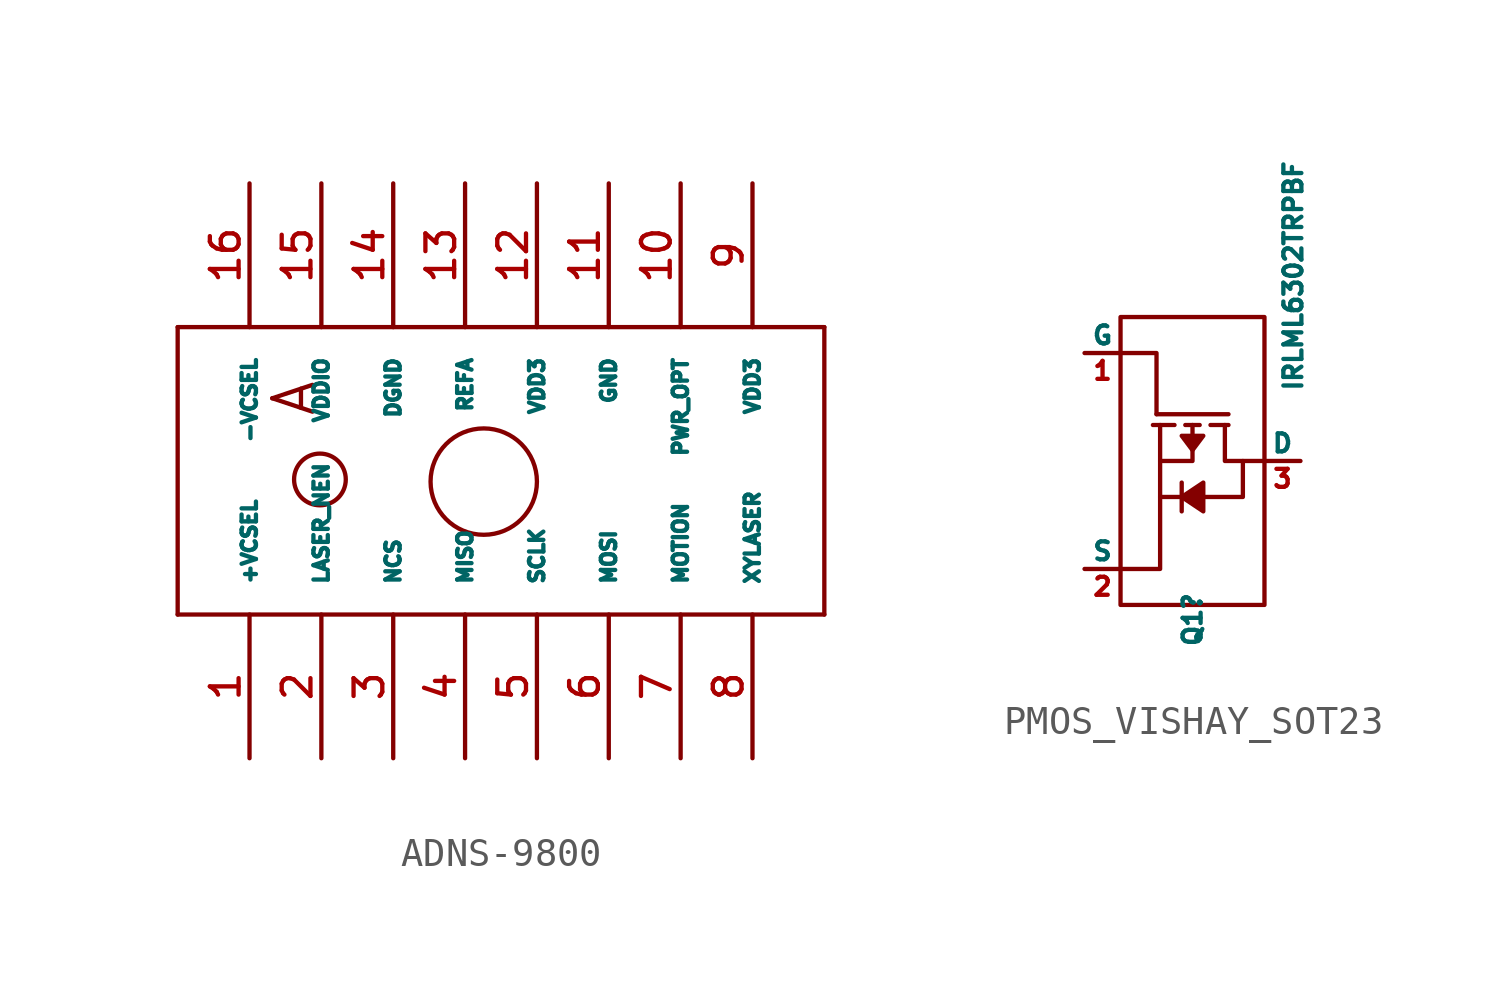
<source format=kicad_sym>
(kicad_symbol_lib
  (version 20231120)
  (generator "kicad_symbol_editor")
  (generator_version "8.0")
  (symbol "ADNS-9800"
    (pin_names
      (offset 1.016))
    (property "Reference" "M1"
      (at 0 0 0)
      (effects (font (size 1.143 1.143)) (hide yes)))
    (property "ki_locked" ""
      (at 0 0 0)
      (effects (font (size 1.27 1.27))))
    (symbol "ADNS-9800_1_0"
      (polyline (pts (xy -2.54 0) (xy -2.54 10.16)) (stroke (width 0) (type solid)) (fill (type none)))
      (polyline (pts (xy -2.54 10.16) (xy 20.32 10.16)) (stroke (width 0) (type solid)) (fill (type none)))
      (polyline (pts (xy 20.32 0) (xy -2.54 0)) (stroke (width 0) (type solid)) (fill (type none)))
      (polyline (pts (xy 20.32 10.16) (xy 20.32 0)) (stroke (width 0) (type solid)) (fill (type none)))
      (text "A" (at 1.575 7.645 900) (effects (font (size 1.422 1.422)))))
    (symbol "ADNS-9800_1_1"
      (circle (center 2.489 4.775) (radius 0.914) (stroke (width 0) (type solid)) (fill (type none)))
      (circle (center 8.28 4.699) (radius 1.88) (stroke (width 0) (type solid)) (fill (type none)))
      (pin power_in line (at 0 -5.08 90) (length 5.08) (name "+VCSEL" (effects (font (size 0.508 0.508)))) (number "1" (effects (font (size 1.016 1.016)))))
      (pin input line (at 15.24 15.24 270) (length 5.08) (name "PWR_OPT" (effects (font (size 0.508 0.508)))) (number "10" (effects (font (size 1.016 1.016)))))
      (pin power_in line (at 12.7 15.24 270) (length 5.08) (name "GND" (effects (font (size 0.508 0.508)))) (number "11" (effects (font (size 1.016 1.016)))))
      (pin power_in line (at 10.16 15.24 270) (length 5.08) (name "VDD3" (effects (font (size 0.508 0.508)))) (number "12" (effects (font (size 1.016 1.016)))))
      (pin power_out line (at 7.62 15.24 270) (length 5.08) (name "REFA" (effects (font (size 0.508 0.508)))) (number "13" (effects (font (size 1.016 1.016)))))
      (pin power_in line (at 5.08 15.24 270) (length 5.08) (name "DGND" (effects (font (size 0.508 0.508)))) (number "14" (effects (font (size 1.016 1.016)))))
      (pin power_in line (at 2.54 15.24 270) (length 5.08) (name "VDDIO" (effects (font (size 0.508 0.508)))) (number "15" (effects (font (size 1.016 1.016)))))
      (pin power_in line (at 0 15.24 270) (length 5.08) (name "-VCSEL" (effects (font (size 0.508 0.508)))) (number "16" (effects (font (size 1.016 1.016)))))
      (pin output line (at 2.54 -5.08 90) (length 5.08) (name "LASER_NEN" (effects (font (size 0.508 0.508)))) (number "2" (effects (font (size 1.016 1.016)))))
      (pin input line (at 5.08 -5.08 90) (length 5.08) (name "NCS" (effects (font (size 0.508 0.508)))) (number "3" (effects (font (size 1.016 1.016)))))
      (pin output line (at 7.62 -5.08 90) (length 5.08) (name "MISO" (effects (font (size 0.508 0.508)))) (number "4" (effects (font (size 1.016 1.016)))))
      (pin input line (at 10.16 -5.08 90) (length 5.08) (name "SCLK" (effects (font (size 0.508 0.508)))) (number "5" (effects (font (size 1.016 1.016)))))
      (pin input line (at 12.7 -5.08 90) (length 5.08) (name "MOSI" (effects (font (size 0.508 0.508)))) (number "6" (effects (font (size 1.016 1.016)))))
      (pin output line (at 15.24 -5.08 90) (length 5.08) (name "MOTION" (effects (font (size 0.508 0.508)))) (number "7" (effects (font (size 1.016 1.016)))))
      (pin input line (at 17.78 -5.08 90) (length 5.08) (name "XYLASER" (effects (font (size 0.508 0.508)))) (number "8" (effects (font (size 1.016 1.016)))))
      (pin power_in line (at 17.78 15.24 270) (length 5.08) (name "VDD3" (effects (font (size 0.508 0.508)))) (number "9" (effects (font (size 1.016 1.016)))))))
  (symbol "PMOS_VISHAY_SOT23"
    (pin_names
      (offset 0))
    (property "Reference" "Q1"
      (at 0 -6.604 90)
      (effects (font (size 0.635 0.635)) (justify left)))
    (property "Value" "IRLML6302TRPBF"
      (at 3.556 2.413 90)
      (effects (font (size 0.635 0.635)) (justify left)))
    (symbol "PMOS_VISHAY_SOT23_0_1"
      (rectangle (start -2.54 5.08) (end 2.54 -5.08) (stroke (width 0) (type solid)) (fill (type none)))
      (polyline (pts (xy -1.397 1.27) (xy -0.635 1.27)) (stroke (width 0) (type solid)) (fill (type none)))
      (polyline (pts (xy -1.27 1.651) (xy 1.27 1.651)) (stroke (width 0) (type solid)) (fill (type none)))
      (polyline (pts (xy -0.381 -0.762) (xy -0.381 -1.778)) (stroke (width 0) (type solid)) (fill (type none)))
      (polyline (pts (xy -0.254 1.27) (xy 0.254 1.27)) (stroke (width 0) (type solid)) (fill (type none)))
      (polyline (pts (xy 0.635 1.27) (xy 1.27 1.27)) (stroke (width 0) (type solid)) (fill (type none)))
      (polyline (pts (xy -2.54 -3.81) (xy -1.143 -3.81) (xy -1.143 1.27)) (stroke (width 0) (type solid)) (fill (type none)))
      (polyline (pts (xy -2.54 3.81) (xy -1.27 3.81) (xy -1.27 1.651)) (stroke (width 0) (type solid)) (fill (type none)))
      (polyline (pts (xy 0 1.27) (xy 0 0) (xy -1.143 0)) (stroke (width 0) (type solid)) (fill (type none)))
      (polyline (pts (xy 1.143 1.27) (xy 1.143 0) (xy 2.54 0)) (stroke (width 0) (type solid)) (fill (type none)))
      (polyline (pts (xy 1.778 0) (xy 1.778 -1.27) (xy -1.143 -1.27)) (stroke (width 0) (type solid)) (fill (type none)))
      (polyline (pts (xy -0.381 -1.27) (xy 0.381 -0.762) (xy 0.381 -1.778) (xy -0.381 -1.27)) (stroke (width 0) (type solid)) (fill (type outline)))
      (polyline (pts (xy -0.381 0.889) (xy 0 0.381) (xy 0.381 0.889) (xy -0.254 0.889) (xy -0.381 0.889)) (stroke (width 0) (type solid)) (fill (type outline))))
    (symbol "PMOS_VISHAY_SOT23_1_1"
      (pin input line (at -3.81 3.81 0) (length 1.27) (name "G" (effects (font (size 0.635 0.635)))) (number "1" (effects (font (size 0.635 0.635)))))
      (pin input line (at -3.81 -3.81 0) (length 1.27) (name "S" (effects (font (size 0.635 0.635)))) (number "2" (effects (font (size 0.635 0.635)))))
      (pin input line (at 3.81 0 180) (length 1.27) (name "D" (effects (font (size 0.635 0.635)))) (number "3" (effects (font (size 0.635 0.635))))))))
</source>
